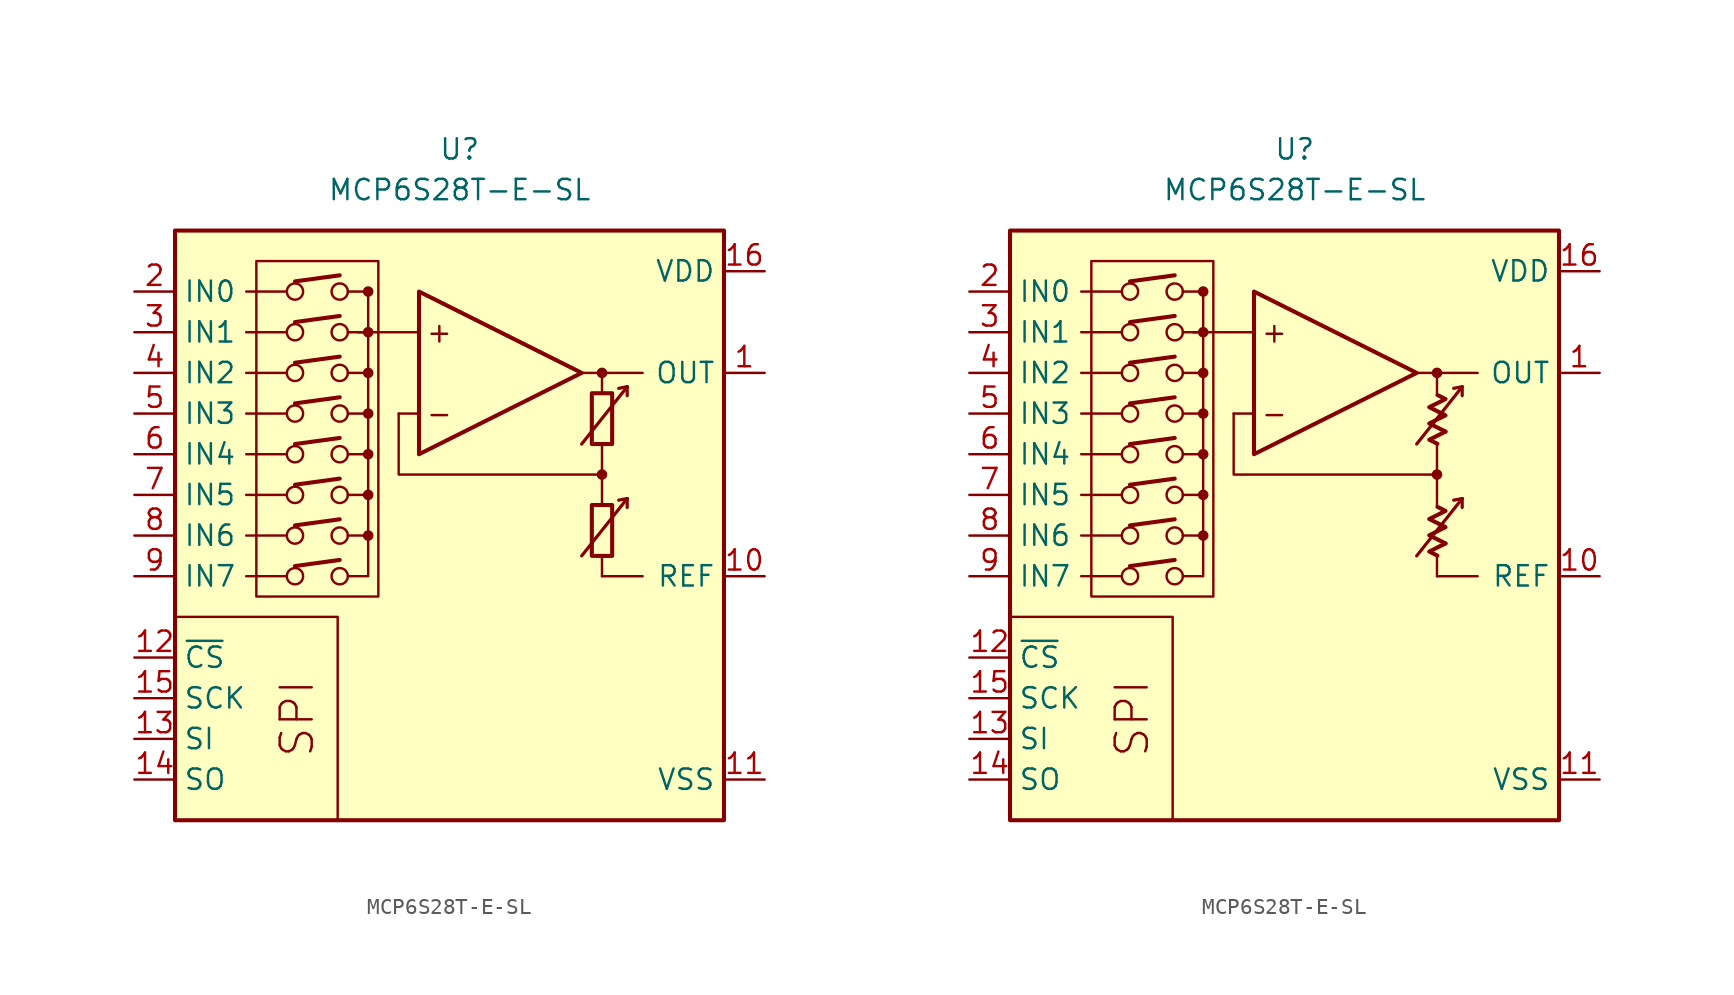
<source format=kicad_sym>
(kicad_symbol_lib
  (version 20231120)
  (generator "kicad_symbol_editor")
  (generator_version "8.0")
  (symbol "MCP6S28T-E-SL"
    (property "Reference" "U"
      (at 0 19.05 0)
      (effects (font (size 1.27 1.27))))
    (property "Value" "MCP6S28T-E-SL"
      (at 0 16.51 0)
      (effects (font (size 1.27 1.27))))
    (symbol "MCP6S28T-E-SL_0_0"
      (rectangle (start -17.78 13.97) (end 16.51 -22.86) (stroke (width 0.254) (type default)) (fill (type background)))
      (rectangle (start -12.7 12.065) (end -5.08 -8.89) (stroke (width 0.152) (type default)) (fill (type none)))
      (circle (center -10.287 -7.62) (radius 0.508) (stroke (width 0) (type default)) (fill (type none)))
      (circle (center -10.287 -5.08) (radius 0.508) (stroke (width 0) (type default)) (fill (type none)))
      (circle (center -10.287 -2.54) (radius 0.508) (stroke (width 0) (type default)) (fill (type none)))
      (circle (center -10.287 0) (radius 0.508) (stroke (width 0) (type default)) (fill (type none)))
      (circle (center -10.287 2.54) (radius 0.508) (stroke (width 0) (type default)) (fill (type none)))
      (circle (center -10.287 5.08) (radius 0.508) (stroke (width 0) (type default)) (fill (type none)))
      (circle (center -10.287 7.62) (radius 0.508) (stroke (width 0) (type default)) (fill (type none)))
      (circle (center -10.287 10.16) (radius 0.508) (stroke (width 0) (type default)) (fill (type none)))
      (circle (center -7.493 -7.62) (radius 0.508) (stroke (width 0) (type default)) (fill (type none)))
      (circle (center -7.493 -5.08) (radius 0.508) (stroke (width 0) (type default)) (fill (type none)))
      (circle (center -7.493 -2.54) (radius 0.508) (stroke (width 0) (type default)) (fill (type none)))
      (circle (center -7.493 0) (radius 0.508) (stroke (width 0) (type default)) (fill (type none)))
      (circle (center -7.493 2.54) (radius 0.508) (stroke (width 0) (type default)) (fill (type none)))
      (circle (center -7.493 5.08) (radius 0.508) (stroke (width 0) (type default)) (fill (type none)))
      (circle (center -7.493 7.62) (radius 0.508) (stroke (width 0) (type default)) (fill (type none)))
      (circle (center -7.493 10.16) (radius 0.508) (stroke (width 0) (type default)) (fill (type none)))
      (circle (center -5.715 -5.08) (radius 0.254) (stroke (width 0.152) (type default)) (fill (type outline)))
      (circle (center -5.715 -2.54) (radius 0.254) (stroke (width 0.152) (type default)) (fill (type outline)))
      (circle (center -5.715 0) (radius 0.254) (stroke (width 0.152) (type default)) (fill (type outline)))
      (circle (center -5.715 2.54) (radius 0.254) (stroke (width 0.152) (type default)) (fill (type outline)))
      (circle (center -5.715 5.08) (radius 0.254) (stroke (width 0.152) (type default)) (fill (type outline)))
      (circle (center -5.715 7.62) (radius 0.254) (stroke (width 0.152) (type default)) (fill (type outline)))
      (circle (center -5.715 10.16) (radius 0.254) (stroke (width 0.152) (type default)) (fill (type outline)))
      (polyline (pts (xy 8.89 -3.81)) (stroke (width 0.152) (type default)) (fill (type none)))
      (polyline (pts (xy 8.89 -3.81)) (stroke (width 0.152) (type default)) (fill (type none)))
      (polyline (pts (xy 8.89 -3.175)) (stroke (width 0.152) (type default)) (fill (type none)))
      (polyline (pts (xy 8.89 3.175)) (stroke (width 0.152) (type default)) (fill (type none)))
      (polyline (pts (xy 8.89 3.81)) (stroke (width 0.152) (type default)) (fill (type none)))
      (polyline (pts (xy 8.89 3.81)) (stroke (width 0.152) (type default)) (fill (type none)))
      (polyline (pts (xy -10.795 -7.62) (xy -13.335 -7.62)) (stroke (width 0.152) (type default)) (fill (type none)))
      (polyline (pts (xy -10.795 -5.08) (xy -13.335 -5.08)) (stroke (width 0.152) (type default)) (fill (type none)))
      (polyline (pts (xy -10.795 -2.54) (xy -13.335 -2.54)) (stroke (width 0.152) (type default)) (fill (type none)))
      (polyline (pts (xy -10.795 0) (xy -13.335 0)) (stroke (width 0.152) (type default)) (fill (type none)))
      (polyline (pts (xy -10.795 2.54) (xy -13.335 2.54)) (stroke (width 0.152) (type default)) (fill (type none)))
      (polyline (pts (xy -10.795 5.08) (xy -13.335 5.08)) (stroke (width 0.152) (type default)) (fill (type none)))
      (polyline (pts (xy -10.795 7.62) (xy -13.335 7.62)) (stroke (width 0.152) (type default)) (fill (type none)))
      (polyline (pts (xy -10.795 10.16) (xy -13.335 10.16)) (stroke (width 0.152) (type default)) (fill (type none)))
      (polyline (pts (xy -10.287 -6.985) (xy -7.493 -6.604)) (stroke (width 0.254) (type default)) (fill (type none)))
      (polyline (pts (xy -10.287 -4.445) (xy -7.493 -4.064)) (stroke (width 0.254) (type default)) (fill (type none)))
      (polyline (pts (xy -10.287 -1.905) (xy -7.493 -1.524)) (stroke (width 0.254) (type default)) (fill (type none)))
      (polyline (pts (xy -10.287 0.635) (xy -7.493 1.016)) (stroke (width 0.254) (type default)) (fill (type none)))
      (polyline (pts (xy -10.287 3.175) (xy -7.493 3.556)) (stroke (width 0.254) (type default)) (fill (type none)))
      (polyline (pts (xy -10.287 5.715) (xy -7.493 6.096)) (stroke (width 0.254) (type default)) (fill (type none)))
      (polyline (pts (xy -10.287 8.255) (xy -7.493 8.636)) (stroke (width 0.254) (type default)) (fill (type none)))
      (polyline (pts (xy -10.287 10.795) (xy -7.493 11.176)) (stroke (width 0.254) (type default)) (fill (type none)))
      (polyline (pts (xy -5.715 10.16) (xy -6.985 10.16)) (stroke (width 0.152) (type default)) (fill (type none)))
      (polyline (pts (xy -2.54 2.54) (xy -3.81 2.54)) (stroke (width 0.152) (type default)) (fill (type none)))
      (polyline (pts (xy -2.54 7.62) (xy -6.35 7.62)) (stroke (width 0.152) (type default)) (fill (type none)))
      (polyline (pts (xy 7.62 5.08) (xy 11.43 5.08)) (stroke (width 0.152) (type default)) (fill (type none)))
      (polyline (pts (xy 8.89 -6.35) (xy 8.89 -7.62)) (stroke (width 0.152) (type default)) (fill (type none)))
      (polyline (pts (xy 8.89 -1.27) (xy 8.89 -3.175)) (stroke (width 0.152) (type default)) (fill (type none)))
      (polyline (pts (xy 8.89 0.635) (xy 8.89 -1.27)) (stroke (width 0.152) (type default)) (fill (type none)))
      (polyline (pts (xy 8.89 5.08) (xy 8.89 3.81)) (stroke (width 0.152) (type default)) (fill (type none)))
      (polyline (pts (xy -7.62 -22.86) (xy -7.62 -10.16) (xy -17.78 -10.16)) (stroke (width 0.152) (type default)) (fill (type none)))
      (polyline (pts (xy -6.985 -7.62) (xy -5.715 -7.62) (xy -5.715 -5.08)) (stroke (width 0.152) (type default)) (fill (type none)))
      (polyline (pts (xy -6.985 -5.08) (xy -5.715 -5.08) (xy -5.715 -2.54)) (stroke (width 0.152) (type default)) (fill (type none)))
      (polyline (pts (xy -6.985 -2.54) (xy -5.715 -2.54) (xy -5.715 0)) (stroke (width 0.152) (type default)) (fill (type none)))
      (polyline (pts (xy -6.985 0) (xy -5.715 0) (xy -5.715 2.54)) (stroke (width 0.152) (type default)) (fill (type none)))
      (polyline (pts (xy -6.985 2.54) (xy -5.715 2.54) (xy -5.715 5.08)) (stroke (width 0.152) (type default)) (fill (type none)))
      (polyline (pts (xy -6.985 5.08) (xy -5.715 5.08) (xy -5.715 7.62)) (stroke (width 0.152) (type default)) (fill (type none)))
      (polyline (pts (xy -6.985 7.62) (xy -5.715 7.62) (xy -5.715 10.16)) (stroke (width 0.152) (type default)) (fill (type none)))
      (polyline (pts (xy 8.89 -1.27) (xy -3.81 -1.27) (xy -3.81 2.54)) (stroke (width 0.152) (type default)) (fill (type none)))
      (circle (center 8.89 -1.27) (radius 0.254) (stroke (width 0.152) (type default)) (fill (type outline)))
      (circle (center 8.89 5.08) (radius 0.254) (stroke (width 0.152) (type default)) (fill (type outline)))
      (text "+" (at -1.27 7.62 0) (effects (font (size 1.27 1.27))))
      (text "-" (at -1.27 2.54 0) (effects (font (size 1.27 1.27))))
      (text "SPI" (at -10.16 -16.51 900) (effects (font (size 2 2)))))
    (symbol "MCP6S28T-E-SL_0_1"
      (rectangle (start 8.255 -3.175) (end 9.525 -6.35) (stroke (width 0.254) (type default)) (fill (type none)))
      (rectangle (start 8.255 3.81) (end 9.525 0.635) (stroke (width 0.254) (type default)) (fill (type none))))
    (symbol "MCP6S28T-E-SL_0_2"
      (polyline (pts (xy 9.422 -5.572) (xy 8.406 -6.08) (xy 8.915 -6.333)) (stroke (width 0.254) (type default)) (fill (type none)))
      (polyline (pts (xy 9.422 1.413) (xy 8.406 0.905) (xy 8.915 0.651)) (stroke (width 0.254) (type default)) (fill (type none)))
      (polyline (pts (xy 8.915 -3.285) (xy 9.422 -3.539) (xy 8.406 -4.048) (xy 9.422 -4.556) (xy 8.406 -5.064) (xy 9.422 -5.572)) (stroke (width 0.254) (type default)) (fill (type none)))
      (polyline (pts (xy 8.915 3.7) (xy 9.422 3.446) (xy 8.406 2.938) (xy 9.422 2.429) (xy 8.406 1.921) (xy 9.422 1.413)) (stroke (width 0.254) (type default)) (fill (type none))))
    (symbol "MCP6S28T-E-SL_1_0"
      (polyline (pts (xy 8.89 -7.62) (xy 11.43 -7.62)) (stroke (width 0) (type default)) (fill (type none)))
      (polyline (pts (xy 10.465 -2.769) (xy 9.931 -2.87)) (stroke (width 0.2) (type default)) (fill (type none)))
      (polyline (pts (xy 10.465 -2.769) (xy 10.465 -3.327)) (stroke (width 0.2) (type default)) (fill (type none)))
      (polyline (pts (xy 10.465 4.216) (xy 9.931 4.115)) (stroke (width 0.2) (type default)) (fill (type none)))
      (polyline (pts (xy 10.465 4.216) (xy 10.465 3.658)) (stroke (width 0.2) (type default)) (fill (type none)))
      (polyline (pts (xy -2.54 10.16) (xy -2.54 0) (xy 7.62 5.08) (xy -2.54 10.16)) (stroke (width 0.254) (type default)) (fill (type background)))
      (polyline (pts (xy 7.62 -6.35) (xy 10.465 -2.769) (xy 10.465 -2.769) (xy 10.465 -2.769)) (stroke (width 0.2) (type default)) (fill (type none)))
      (polyline (pts (xy 7.62 0.635) (xy 10.465 4.216) (xy 10.465 4.216) (xy 10.465 4.216)) (stroke (width 0.2) (type default)) (fill (type none))))
    (symbol "MCP6S28T-E-SL_1_1"
      (pin output line (at 19.05 5.08 180) (length 2.54) (name "OUT" (effects (font (size 1.27 1.27)))) (number "1" (effects (font (size 1.27 1.27)))))
      (pin passive line (at 19.05 -7.62 180) (length 2.54) (name "REF" (effects (font (size 1.27 1.27)))) (number "10" (effects (font (size 1.27 1.27)))))
      (pin power_in line (at 19.05 -20.32 180) (length 2.54) (name "VSS" (effects (font (size 1.27 1.27)))) (number "11" (effects (font (size 1.27 1.27)))))
      (pin input line (at -20.32 -12.7 0) (length 2.54) (name "~{CS}" (effects (font (size 1.27 1.27)))) (number "12" (effects (font (size 1.27 1.27)))))
      (pin input line (at -20.32 -17.78 0) (length 2.54) (name "SI" (effects (font (size 1.27 1.27)))) (number "13" (effects (font (size 1.27 1.27)))))
      (pin output line (at -20.32 -20.32 0) (length 2.54) (name "SO" (effects (font (size 1.27 1.27)))) (number "14" (effects (font (size 1.27 1.27)))))
      (pin input line (at -20.32 -15.24 0) (length 2.54) (name "SCK" (effects (font (size 1.27 1.27)))) (number "15" (effects (font (size 1.27 1.27)))))
      (pin power_in line (at 19.05 11.43 180) (length 2.54) (name "VDD" (effects (font (size 1.27 1.27)))) (number "16" (effects (font (size 1.27 1.27)))))
      (pin input line (at -20.32 10.16 0) (length 2.54) (name "IN0" (effects (font (size 1.27 1.27)))) (number "2" (effects (font (size 1.27 1.27)))))
      (pin input line (at -20.32 7.62 0) (length 2.54) (name "IN1" (effects (font (size 1.27 1.27)))) (number "3" (effects (font (size 1.27 1.27)))))
      (pin input line (at -20.32 5.08 0) (length 2.54) (name "IN2" (effects (font (size 1.27 1.27)))) (number "4" (effects (font (size 1.27 1.27)))))
      (pin input line (at -20.32 2.54 0) (length 2.54) (name "IN3" (effects (font (size 1.27 1.27)))) (number "5" (effects (font (size 1.27 1.27)))))
      (pin input line (at -20.32 0 0) (length 2.54) (name "IN4" (effects (font (size 1.27 1.27)))) (number "6" (effects (font (size 1.27 1.27)))))
      (pin input line (at -20.32 -2.54 0) (length 2.54) (name "IN5" (effects (font (size 1.27 1.27)))) (number "7" (effects (font (size 1.27 1.27)))))
      (pin input line (at -20.32 -5.08 0) (length 2.54) (name "IN6" (effects (font (size 1.27 1.27)))) (number "8" (effects (font (size 1.27 1.27)))))
      (pin input line (at -20.32 -7.62 0) (length 2.54) (name "IN7" (effects (font (size 1.27 1.27)))) (number "9" (effects (font (size 1.27 1.27))))))
    (symbol "MCP6S28T-E-SL_1_2"
      (pin output line (at 19.05 5.08 180) (length 2.54) (name "OUT" (effects (font (size 1.27 1.27)))) (number "1" (effects (font (size 1.27 1.27)))))
      (pin passive line (at 19.05 -7.62 180) (length 2.54) (name "REF" (effects (font (size 1.27 1.27)))) (number "10" (effects (font (size 1.27 1.27)))))
      (pin power_in line (at 19.05 -20.32 180) (length 2.54) (name "VSS" (effects (font (size 1.27 1.27)))) (number "11" (effects (font (size 1.27 1.27)))))
      (pin input line (at -20.32 -12.7 0) (length 2.54) (name "~{CS}" (effects (font (size 1.27 1.27)))) (number "12" (effects (font (size 1.27 1.27)))))
      (pin input line (at -20.32 -17.78 0) (length 2.54) (name "SI" (effects (font (size 1.27 1.27)))) (number "13" (effects (font (size 1.27 1.27)))))
      (pin output line (at -20.32 -20.32 0) (length 2.54) (name "SO" (effects (font (size 1.27 1.27)))) (number "14" (effects (font (size 1.27 1.27)))))
      (pin input line (at -20.32 -15.24 0) (length 2.54) (name "SCK" (effects (font (size 1.27 1.27)))) (number "15" (effects (font (size 1.27 1.27)))))
      (pin power_in line (at 19.05 11.43 180) (length 2.54) (name "VDD" (effects (font (size 1.27 1.27)))) (number "16" (effects (font (size 1.27 1.27)))))
      (pin input line (at -20.32 10.16 0) (length 2.54) (name "IN0" (effects (font (size 1.27 1.27)))) (number "2" (effects (font (size 1.27 1.27)))))
      (pin input line (at -20.32 7.62 0) (length 2.54) (name "IN1" (effects (font (size 1.27 1.27)))) (number "3" (effects (font (size 1.27 1.27)))))
      (pin input line (at -20.32 5.08 0) (length 2.54) (name "IN2" (effects (font (size 1.27 1.27)))) (number "4" (effects (font (size 1.27 1.27)))))
      (pin input line (at -20.32 2.54 0) (length 2.54) (name "IN3" (effects (font (size 1.27 1.27)))) (number "5" (effects (font (size 1.27 1.27)))))
      (pin input line (at -20.32 0 0) (length 2.54) (name "IN4" (effects (font (size 1.27 1.27)))) (number "6" (effects (font (size 1.27 1.27)))))
      (pin input line (at -20.32 -2.54 0) (length 2.54) (name "IN5" (effects (font (size 1.27 1.27)))) (number "7" (effects (font (size 1.27 1.27)))))
      (pin input line (at -20.32 -5.08 0) (length 2.54) (name "IN6" (effects (font (size 1.27 1.27)))) (number "8" (effects (font (size 1.27 1.27)))))
      (pin input line (at -20.32 -7.62 0) (length 2.54) (name "IN7" (effects (font (size 1.27 1.27)))) (number "9" (effects (font (size 1.27 1.27))))))))
</source>
